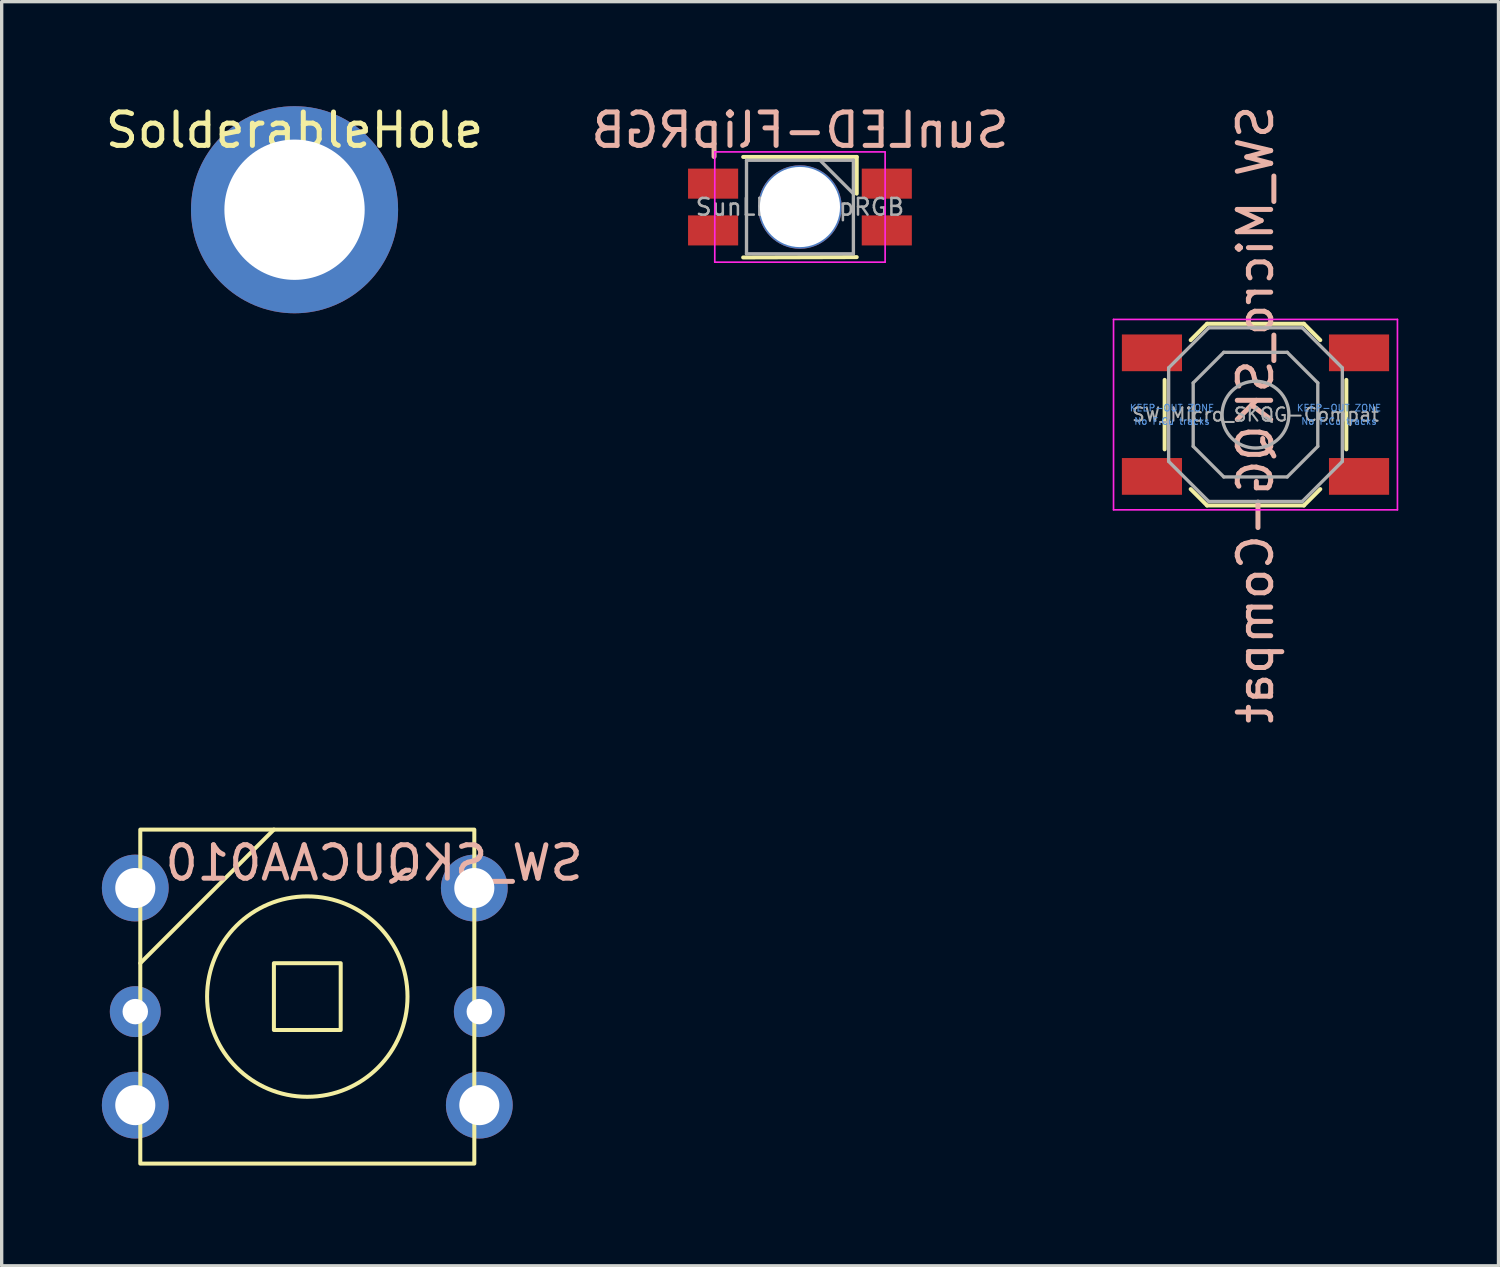
<source format=kicad_pcb>
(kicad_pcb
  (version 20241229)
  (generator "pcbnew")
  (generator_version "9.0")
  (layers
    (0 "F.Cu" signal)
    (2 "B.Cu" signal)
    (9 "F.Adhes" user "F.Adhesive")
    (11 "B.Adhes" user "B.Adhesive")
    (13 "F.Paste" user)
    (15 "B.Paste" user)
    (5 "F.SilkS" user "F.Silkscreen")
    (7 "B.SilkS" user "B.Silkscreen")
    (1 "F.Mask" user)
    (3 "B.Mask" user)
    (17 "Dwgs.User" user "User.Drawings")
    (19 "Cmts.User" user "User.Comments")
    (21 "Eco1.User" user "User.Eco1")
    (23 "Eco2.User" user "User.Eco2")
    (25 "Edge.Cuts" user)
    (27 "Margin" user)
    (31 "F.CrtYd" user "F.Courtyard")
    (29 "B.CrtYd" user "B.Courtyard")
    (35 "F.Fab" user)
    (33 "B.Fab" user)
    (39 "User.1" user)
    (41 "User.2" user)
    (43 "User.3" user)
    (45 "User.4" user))
  (footprint "SolderableHole"
    (layer "F.Cu")
    (at 5.768 3.229)
    (property "Reference" "SolderableHole" (at 0 -2.381 0) (unlocked yes) (layer "F.SilkS") (effects (font (size 1 1) (thickness 0.15))))
    (attr through_hole)
    (pad "1" thru_hole circle (at 0 0) (size 6.2 6.2) (drill 4.2) (layers "*.Cu" "*.Mask")))
  (footprint "SW_SKQUCAA010"
    (layer "F.Cu")
    (at 6.15 26.786)
    (property "Reference" "SW_SKQUCAA010" (at 2 -4 0) (unlocked yes) (layer "B.SilkS") (effects (font (size 1 1) (thickness 0.15)) (justify mirror)))
    (attr through_hole)
    (fp_line (start -5 -1) (end -1 -5) (stroke (width 0.12) (type solid)) (layer "F.SilkS"))
    (fp_rect (start -1 -1) (end 1 1) (stroke (width 0.12) (type solid)) (fill no) (layer "F.SilkS"))
    (fp_rect (start 5 5) (end -5 -5) (stroke (width 0.12) (type solid)) (fill no) (layer "F.SilkS"))
    (fp_circle (center 0 0) (end 0 -3) (stroke (width 0.12) (type solid)) (fill no) (layer "F.SilkS"))
    (pad "1" thru_hole circle (at -5.15 -3.25) (size 2 2) (drill 1.2) (layers "*.Cu" "*.Mask"))
    (pad "2" thru_hole circle (at -5.15 0.45) (size 1.524 1.524) (drill 0.762) (layers "*.Cu" "*.Mask"))
    (pad "3" thru_hole circle (at -5.15 3.25) (size 2 2) (drill 1.2) (layers "*.Cu" "*.Mask"))
    (pad "4" thru_hole circle (at 5.15 3.25) (size 2 2) (drill 1.2) (layers "*.Cu" "*.Mask"))
    (pad "5" thru_hole circle (at 5.15 0.45) (size 1.524 1.524) (drill 0.762) (layers "*.Cu" "*.Mask"))
    (pad "6" thru_hole circle (at 5 -3.25) (size 2 2) (drill 1.2) (layers "*.Cu" "*.Mask")))
  (footprint "SW_Micro_SKQG-Compat"
    (layer "F.Cu")
    (at 34.537 9.363)
    (property "Reference" "SW_Micro_SKQG-Compat" (at 0 0 90) (layer "B.SilkS") (effects (font (size 1 1) (thickness 0.15)) (justify mirror)))
    (attr smd)
    (fp_line (start -2.72 1.04) (end -2.72 -1.04) (stroke (width 0.12) (type solid)) (layer "F.SilkS"))
    (fp_line (start -1.45 -2.72) (end -1.94 -2.23) (stroke (width 0.12) (type solid)) (layer "F.SilkS"))
    (fp_line (start -1.45 -2.72) (end 1.45 -2.72) (stroke (width 0.12) (type solid)) (layer "F.SilkS"))
    (fp_line (start -1.45 2.72) (end -1.94 2.23) (stroke (width 0.12) (type solid)) (layer "F.SilkS"))
    (fp_line (start -1.45 2.72) (end 1.45 2.72) (stroke (width 0.12) (type solid)) (layer "F.SilkS"))
    (fp_line (start 1.45 -2.72) (end 1.94 -2.23) (stroke (width 0.12) (type solid)) (layer "F.SilkS"))
    (fp_line (start 1.45 2.72) (end 1.94 2.23) (stroke (width 0.12) (type solid)) (layer "F.SilkS"))
    (fp_line (start 2.72 1.04) (end 2.72 -1.04) (stroke (width 0.12) (type solid)) (layer "F.SilkS"))
    (fp_line (start -4.25 -2.85) (end -4.25 2.85) (stroke (width 0.05) (type solid)) (layer "F.CrtYd"))
    (fp_line (start -4.25 2.85) (end 4.25 2.85) (stroke (width 0.05) (type solid)) (layer "F.CrtYd"))
    (fp_line (start 4.25 -2.85) (end -4.25 -2.85) (stroke (width 0.05) (type solid)) (layer "F.CrtYd"))
    (fp_line (start 4.25 2.85) (end 4.25 -2.85) (stroke (width 0.05) (type solid)) (layer "F.CrtYd"))
    (fp_line (start -2.6 -1.4) (end -1.4 -2.6) (stroke (width 0.1) (type solid)) (layer "F.Fab"))
    (fp_line (start -2.6 1.4) (end -2.6 -1.4) (stroke (width 0.1) (type solid)) (layer "F.Fab"))
    (fp_line (start -1.865 0.95) (end -1.865 -0.95) (stroke (width 0.1) (type solid)) (layer "F.Fab"))
    (fp_line (start -1.4 -2.6) (end 1.4 -2.6) (stroke (width 0.1) (type solid)) (layer "F.Fab"))
    (fp_line (start -1.4 2.6) (end -2.6 1.4) (stroke (width 0.1) (type solid)) (layer "F.Fab"))
    (fp_line (start -0.95 -1.865) (end -1.865 -0.95) (stroke (width 0.1) (type solid)) (layer "F.Fab"))
    (fp_line (start -0.95 -1.865) (end 0.95 -1.865) (stroke (width 0.1) (type solid)) (layer "F.Fab"))
    (fp_line (start -0.95 1.865) (end -1.865 0.95) (stroke (width 0.1) (type solid)) (layer "F.Fab"))
    (fp_line (start 0.95 -1.865) (end 1.865 -0.95) (stroke (width 0.1) (type solid)) (layer "F.Fab"))
    (fp_line (start 0.95 1.865) (end -0.95 1.865) (stroke (width 0.1) (type solid)) (layer "F.Fab"))
    (fp_line (start 0.95 1.865) (end 1.865 0.95) (stroke (width 0.1) (type solid)) (layer "F.Fab"))
    (fp_line (start 1.4 -2.6) (end 2.6 -1.4) (stroke (width 0.1) (type solid)) (layer "F.Fab"))
    (fp_line (start 1.4 2.6) (end -1.4 2.6) (stroke (width 0.1) (type solid)) (layer "F.Fab"))
    (fp_line (start 1.865 -0.95) (end 1.865 0.95) (stroke (width 0.1) (type solid)) (layer "F.Fab"))
    (fp_line (start 2.6 -1.4) (end 2.6 1.4) (stroke (width 0.1) (type solid)) (layer "F.Fab"))
    (fp_line (start 2.6 1.4) (end 1.4 2.6) (stroke (width 0.1) (type solid)) (layer "F.Fab"))
    (fp_circle (center 0 0) (end 1 0) (stroke (width 0.1) (type solid)) (fill no) (layer "F.Fab"))
    (fp_text user "No F.Cu tracks" (at 2.5 0.2 180) (layer "Cmts.User") (effects (font (size 0.2 0.2) (thickness 0.03))))
    (fp_text user "KEEP-OUT ZONE" (at 2.5 -0.2 180) (layer "Cmts.User") (effects (font (size 0.2 0.2) (thickness 0.03))))
    (fp_text user "KEEP-OUT ZONE" (at -2.5 -0.2 180) (layer "Cmts.User") (effects (font (size 0.2 0.2) (thickness 0.03))))
    (fp_text user "No F.Cu tracks" (at -2.5 0.2 180) (layer "Cmts.User") (effects (font (size 0.2 0.2) (thickness 0.03))))
    (fp_text user "${REFERENCE}" (at 0 0 180) (layer "F.Fab") (effects (font (size 0.4 0.4) (thickness 0.06))))
    (pad "1" smd rect (at -3.1 -1.85) (size 1.8 1.1) (layers "F.Cu" "F.Mask" "F.Paste"))
    (pad "1" smd rect (at 3.1 -1.85) (size 1.8 1.1) (layers "F.Cu" "F.Mask" "F.Paste"))
    (pad "2" smd rect (at -3.1 1.85) (size 1.8 1.1) (layers "F.Cu" "F.Mask" "F.Paste"))
    (pad "2" smd rect (at 3.1 1.85) (size 1.8 1.1) (layers "F.Cu" "F.Mask" "F.Paste"))
    (zone (net_name "") (layer "F.Cu") (hatch full 0.508) (connect_pads) (min_thickness 0.254) (filled_areas_thickness no) (keepout (tracks not_allowed) (vias not_allowed) (pads not_allowed) (copperpour not_allowed) (footprints not_allowed)) (placement (enabled no)) (fill) (polygon (pts (xy 30.537 8.063) (xy 33.537 8.063) (xy 33.537 10.663) (xy 30.537 10.663))))
    (zone (net_name "") (layer "F.Cu") (hatch full 0.508) (connect_pads) (min_thickness 0.254) (filled_areas_thickness no) (keepout (tracks not_allowed) (vias not_allowed) (pads not_allowed) (copperpour not_allowed) (footprints not_allowed)) (placement (enabled no)) (fill) (polygon (pts (xy 35.537 8.063) (xy 38.537 8.063) (xy 38.537 10.663) (xy 35.537 10.663)))))
  (footprint "SunLED-FlipRGB"
    (layer "F.Cu")
    (at 20.899 3.148)
    (property "Reference" "SunLED-FlipRGB" (at 0 -2.3 0) (layer "B.SilkS") (effects (font (size 1 1) (thickness 0.15)) (justify mirror)))
    (attr smd)
    (fp_line (start -1.7 -1.5) (end 1.7 -1.5) (stroke (width 0.12) (type solid)) (layer "F.SilkS"))
    (fp_line (start -1.7 1.51) (end 1.7 1.5) (stroke (width 0.12) (type solid)) (layer "F.SilkS"))
    (fp_line (start 1.7 -0.4) (end 1.7 -1.5) (stroke (width 0.12) (type solid)) (layer "F.SilkS"))
    (fp_line (start -2.55 -1.65) (end -2.55 1.65) (stroke (width 0.05) (type solid)) (layer "F.CrtYd"))
    (fp_line (start -2.55 1.65) (end 2.55 1.65) (stroke (width 0.05) (type solid)) (layer "F.CrtYd"))
    (fp_line (start 2.55 -1.65) (end -2.55 -1.65) (stroke (width 0.05) (type solid)) (layer "F.CrtYd"))
    (fp_line (start 2.55 1.65) (end 2.55 -1.65) (stroke (width 0.05) (type solid)) (layer "F.CrtYd"))
    (fp_line (start -1.6 -1.4) (end -1.6 1.4) (stroke (width 0.1) (type solid)) (layer "F.Fab"))
    (fp_line (start -1.6 1.4) (end 1.6 1.4) (stroke (width 0.1) (type solid)) (layer "F.Fab"))
    (fp_line (start 0.6 -1.4) (end 1.6 -0.4) (stroke (width 0.1) (type solid)) (layer "F.Fab"))
    (fp_line (start 1.6 -1.4) (end -1.6 -1.4) (stroke (width 0.1) (type solid)) (layer "F.Fab"))
    (fp_line (start 1.6 1.4) (end 1.6 -1.4) (stroke (width 0.1) (type solid)) (layer "F.Fab"))
    (fp_circle (center 0 0) (end 1.12 0) (stroke (width 0.1) (type solid)) (fill no) (layer "F.Fab"))
    (fp_text user "${REFERENCE}" (at 0 0 0) (layer "F.Fab") (effects (font (size 0.5 0.5) (thickness 0.075))))
    (pad "" np_thru_hole circle (at 0 0) (size 2.5 2.5) (drill 2.4) (layers "*.Cu" "*.Mask"))
    (pad "1" smd rect (at 2.6 -0.7) (size 1.5 0.9) (layers "F.Cu" "F.Mask" "F.Paste"))
    (pad "2" smd rect (at 2.6 0.7) (size 1.5 0.9) (layers "F.Cu" "F.Mask" "F.Paste"))
    (pad "3" smd rect (at -2.6 -0.7) (size 1.5 0.9) (layers "F.Cu" "F.Mask" "F.Paste"))
    (pad "4" smd rect (at -2.6 0.7) (size 1.5 0.9) (layers "F.Cu" "F.Mask" "F.Paste")))
  (gr_rect
    (start -3 -3)
    (end 41.812 34.846)
    (stroke (width 0.1) (type default))
    (fill no)
    (layer "Edge.Cuts")))
</source>
